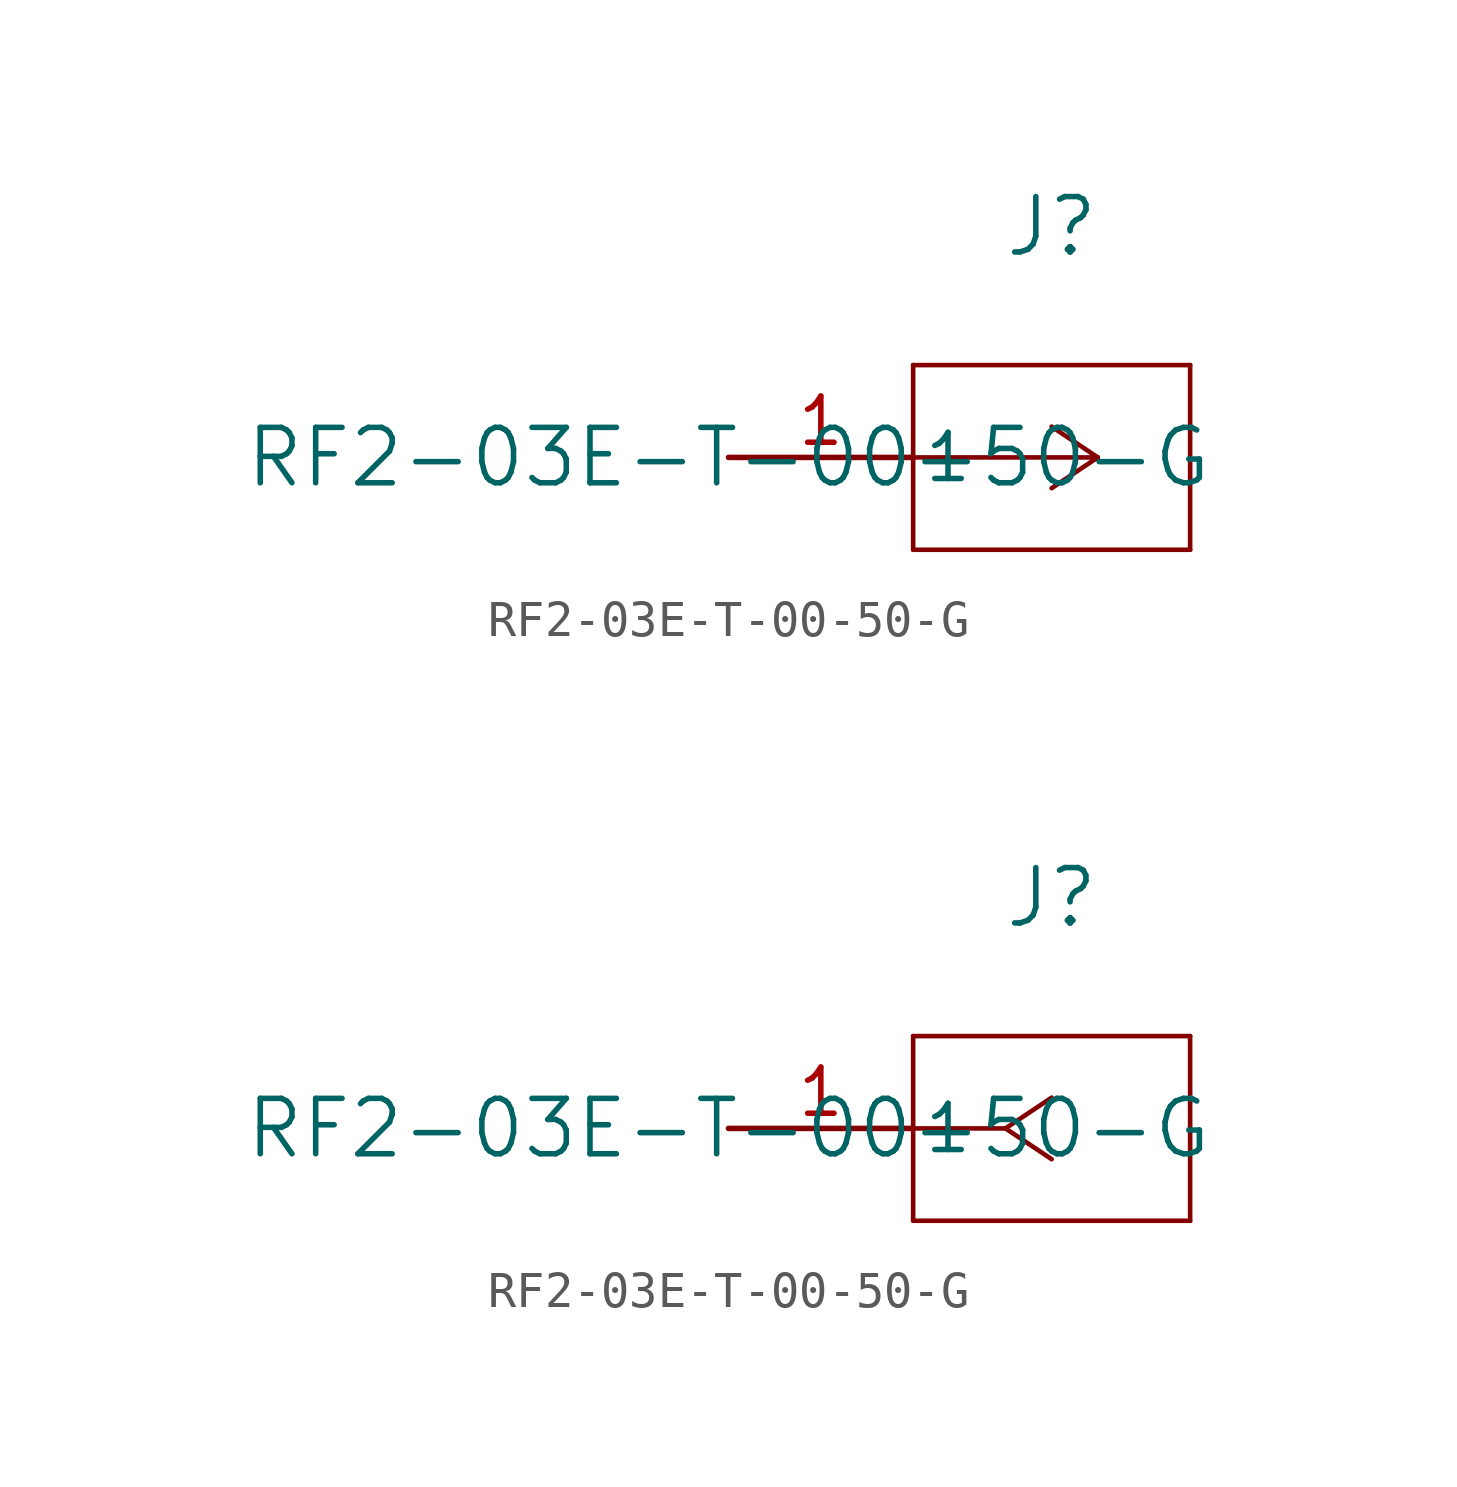
<source format=kicad_sym>
(kicad_symbol_lib
  (version 20211014)
  (generator kicad_symbol_editor)
  (symbol "RF2-03E-T-00-50-G"
    (pin_names
      (offset 0.254))
    (property "Reference" "J"
      (at 8.89 6.35 0)
      (effects (font (size 1.524 1.524))))
    (property "Value" "RF2-03E-T-00-50-G"
      (at 0 0 0)
      (effects (font (size 1.524 1.524))))
    (symbol "RF2-03E-T-00-50-G_1_1"
      (polyline (pts (xy 10.16 0) (xy 5.08 0)) (stroke (width 0.127) (type default) (color 0 0 0 0)) (fill (type none)))
      (polyline (pts (xy 10.16 0) (xy 8.89 0.847)) (stroke (width 0.127) (type default) (color 0 0 0 0)) (fill (type none)))
      (polyline (pts (xy 10.16 0) (xy 8.89 -0.847)) (stroke (width 0.127) (type default) (color 0 0 0 0)) (fill (type none)))
      (polyline (pts (xy 5.08 2.54) (xy 5.08 -2.54)) (stroke (width 0.127) (type default) (color 0 0 0 0)) (fill (type none)))
      (polyline (pts (xy 5.08 -2.54) (xy 12.7 -2.54)) (stroke (width 0.127) (type default) (color 0 0 0 0)) (fill (type none)))
      (polyline (pts (xy 12.7 -2.54) (xy 12.7 2.54)) (stroke (width 0.127) (type default) (color 0 0 0 0)) (fill (type none)))
      (polyline (pts (xy 12.7 2.54) (xy 5.08 2.54)) (stroke (width 0.127) (type default) (color 0 0 0 0)) (fill (type none)))
      (pin unspecified line (at 0 0 0) (length 5.08) (name "1" (effects (font (size 1.27 1.27)))) (number "1" (effects (font (size 1.27 1.27))))))
    (symbol "RF2-03E-T-00-50-G_1_2"
      (polyline (pts (xy 7.62 0) (xy 5.08 0)) (stroke (width 0.127) (type default) (color 0 0 0 0)) (fill (type none)))
      (polyline (pts (xy 7.62 0) (xy 8.89 0.847)) (stroke (width 0.127) (type default) (color 0 0 0 0)) (fill (type none)))
      (polyline (pts (xy 7.62 0) (xy 8.89 -0.847)) (stroke (width 0.127) (type default) (color 0 0 0 0)) (fill (type none)))
      (polyline (pts (xy 5.08 2.54) (xy 5.08 -2.54)) (stroke (width 0.127) (type default) (color 0 0 0 0)) (fill (type none)))
      (polyline (pts (xy 5.08 -2.54) (xy 12.7 -2.54)) (stroke (width 0.127) (type default) (color 0 0 0 0)) (fill (type none)))
      (polyline (pts (xy 12.7 -2.54) (xy 12.7 2.54)) (stroke (width 0.127) (type default) (color 0 0 0 0)) (fill (type none)))
      (polyline (pts (xy 12.7 2.54) (xy 5.08 2.54)) (stroke (width 0.127) (type default) (color 0 0 0 0)) (fill (type none)))
      (pin unspecified line (at 0 0 0) (length 5.08) (name "1" (effects (font (size 1.27 1.27)))) (number "1" (effects (font (size 1.27 1.27))))))))
</source>
